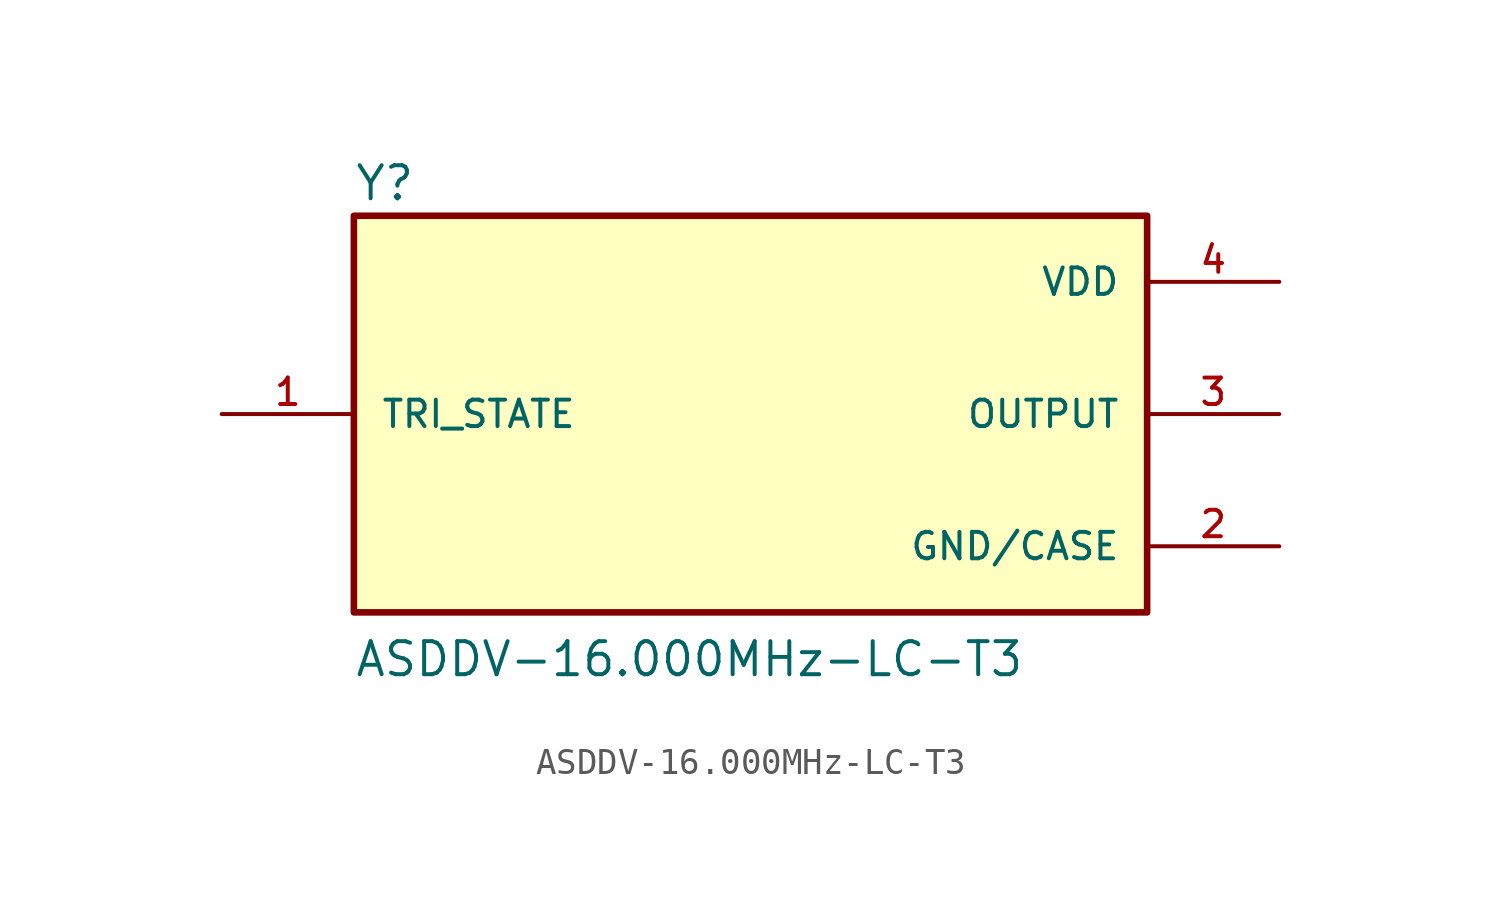
<source format=kicad_sym>
(kicad_symbol_lib
  (version 20211014)
  (generator kicad_symbol_editor)
  (symbol "ASDDV-16.000MHz-LC-T3"
    (pin_names
      (offset 1.016))
    (property "Reference" "Y"
      (at -15.24 8.128 0)
      (effects (font (size 1.27 1.27)) (justify bottom left)))
    (property "Value" "ASDDV-16.000MHz-LC-T3"
      (at -15.24 -10.16 0)
      (effects (font (size 1.27 1.27)) (justify bottom left)))
    (symbol "ASDDV-16.000MHz-LC-T3_0_0"
      (rectangle (start -15.24 -7.62) (end 15.24 7.62) (stroke (width 0.254)) (fill (type background)))
      (pin power_in line (at 20.32 5.08 180.0) (length 5.08) (name "VDD" (effects (font (size 1.016 1.016)))) (number "4" (effects (font (size 1.016 1.016)))))
      (pin passive line (at -20.32 0.0 0) (length 5.08) (name "TRI_STATE" (effects (font (size 1.016 1.016)))) (number "1" (effects (font (size 1.016 1.016)))))
      (pin power_in line (at 20.32 -5.08 180.0) (length 5.08) (name "GND/CASE" (effects (font (size 1.016 1.016)))) (number "2" (effects (font (size 1.016 1.016)))))
      (pin output line (at 20.32 0.0 180.0) (length 5.08) (name "OUTPUT" (effects (font (size 1.016 1.016)))) (number "3" (effects (font (size 1.016 1.016))))))))
</source>
